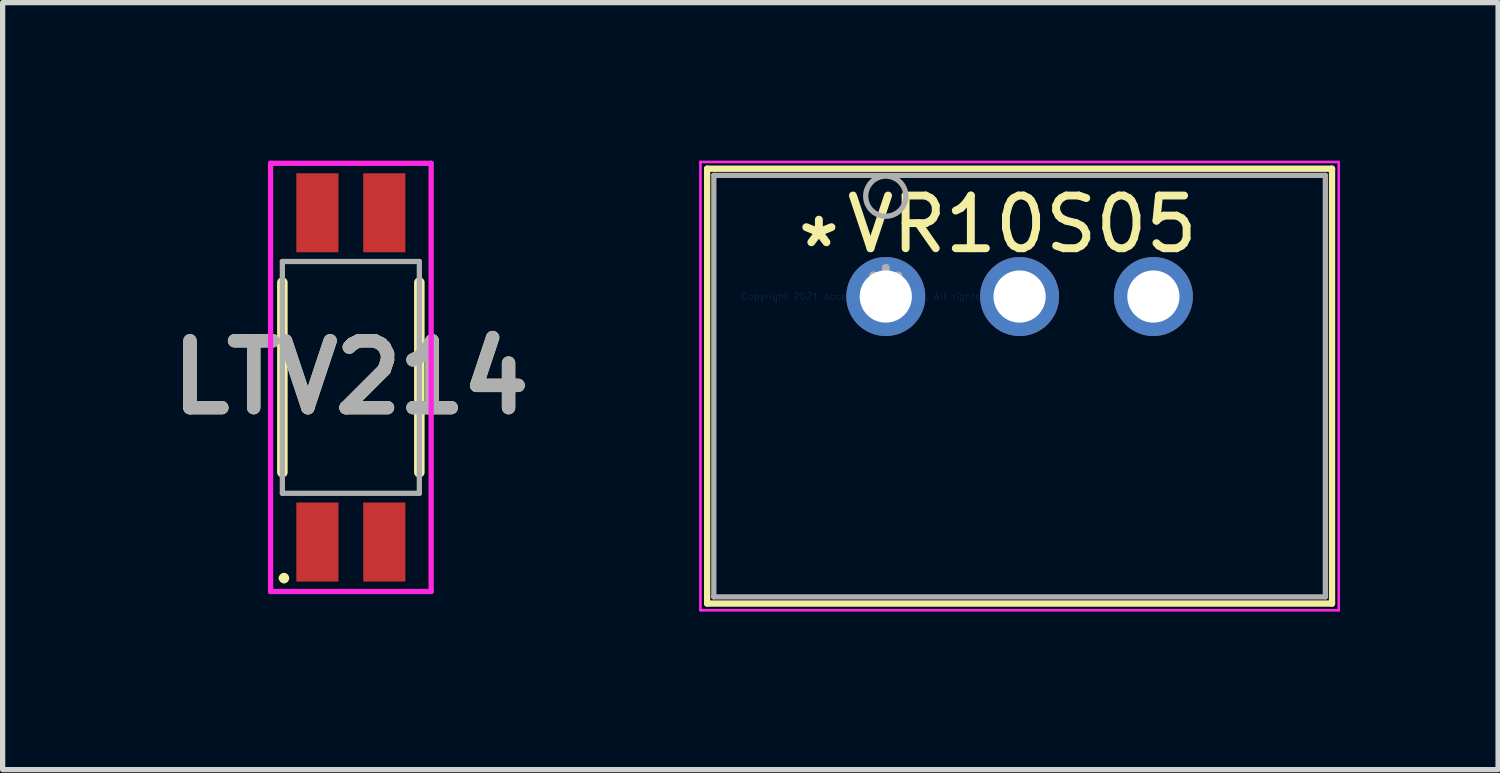
<source format=kicad_pcb>
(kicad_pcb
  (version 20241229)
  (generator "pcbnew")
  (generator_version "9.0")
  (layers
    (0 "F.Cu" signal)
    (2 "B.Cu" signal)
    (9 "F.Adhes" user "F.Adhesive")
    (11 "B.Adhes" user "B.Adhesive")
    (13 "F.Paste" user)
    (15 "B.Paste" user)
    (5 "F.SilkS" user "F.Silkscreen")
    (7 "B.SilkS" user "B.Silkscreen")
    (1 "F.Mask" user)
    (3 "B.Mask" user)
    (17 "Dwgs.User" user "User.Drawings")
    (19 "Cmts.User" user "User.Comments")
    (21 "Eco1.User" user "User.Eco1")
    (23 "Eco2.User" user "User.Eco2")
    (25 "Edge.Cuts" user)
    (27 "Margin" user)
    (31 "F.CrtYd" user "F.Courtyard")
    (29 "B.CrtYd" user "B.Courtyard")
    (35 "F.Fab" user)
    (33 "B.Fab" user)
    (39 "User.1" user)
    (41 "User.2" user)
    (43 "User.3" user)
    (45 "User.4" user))
  (footprint "VR10S05"
    (layer "F.Cu")
    (at 13.764 2.579)
    (property "Reference" "VR10S05" (at 2.591 -1.372 0) (layer "F.SilkS") (effects (font (size 1 1) (thickness 0.15))))
    (attr through_hole)
    (fp_line (start -3.391 -2.427) (end -3.391 5.828) (stroke (width 0.12) (type solid)) (layer "F.SilkS"))
    (fp_line (start -3.391 5.828) (end 8.471 5.828) (stroke (width 0.12) (type solid)) (layer "F.SilkS"))
    (fp_line (start 8.471 -2.427) (end -3.391 -2.427) (stroke (width 0.12) (type solid)) (layer "F.SilkS"))
    (fp_line (start 8.471 5.828) (end 8.471 -2.427) (stroke (width 0.12) (type solid)) (layer "F.SilkS"))
    (fp_line (start -3.518 -2.554) (end -3.518 5.955) (stroke (width 0.05) (type solid)) (layer "F.CrtYd"))
    (fp_line (start -3.518 5.955) (end 8.598 5.955) (stroke (width 0.05) (type solid)) (layer "F.CrtYd"))
    (fp_line (start 8.598 -2.554) (end -3.518 -2.554) (stroke (width 0.05) (type solid)) (layer "F.CrtYd"))
    (fp_line (start 8.598 5.955) (end 8.598 -2.554) (stroke (width 0.05) (type solid)) (layer "F.CrtYd"))
    (fp_line (start -3.264 -2.3) (end -3.264 5.701) (stroke (width 0.1) (type solid)) (layer "F.Fab"))
    (fp_line (start -3.264 5.701) (end 8.344 5.701) (stroke (width 0.1) (type solid)) (layer "F.Fab"))
    (fp_line (start 8.344 -2.3) (end -3.264 -2.3) (stroke (width 0.1) (type solid)) (layer "F.Fab"))
    (fp_line (start 8.344 5.701) (end 8.344 -2.3) (stroke (width 0.1) (type solid)) (layer "F.Fab"))
    (fp_circle (center 0 -1.905) (end 0.381 -1.905) (stroke (width 0.1) (type solid)) (fill no) (layer "F.Fab"))
    (fp_text user "*" (at -1.27 -0.914 0) (layer "F.SilkS") (effects (font (size 1 1) (thickness 0.15))))
    (fp_text user "Copyright 2021 Accelerated Designs. All rights reserved." (at 0 0 0) (layer "Cmts.User") (effects (font (size 0.127 0.127) (thickness 0.002))))
    (fp_text user "*" (at 0 0 0) (layer "F.Fab") (effects (font (size 1 1) (thickness 0.15))))
    (pad "1" thru_hole circle (at 0 0) (size 1.499 1.499) (drill 0.991) (layers "*.Cu" "*.Mask"))
    (pad "2" thru_hole circle (at 2.54 0) (size 1.499 1.499) (drill 0.991) (layers "*.Cu" "*.Mask"))
    (pad "3" thru_hole circle (at 5.08 0) (size 1.499 1.499) (drill 0.991) (layers "*.Cu" "*.Mask")))
  (footprint "LTV214"
    (layer "F.Cu")
    (at 3.61 4.114)
    (property "Reference" "LTV214" (at 0 0 0) (layer "F.SilkS") (effects (font (size 1.27 1.27) (thickness 0.254))))
    (attr smd)
    (fp_line (start -1.321 3.81) (end -1.321 3.81) (stroke (width 0.1) (type solid)) (layer "F.SilkS"))
    (fp_line (start -1.3 -1.8) (end -1.3 1.8) (stroke (width 0.2) (type solid)) (layer "F.SilkS"))
    (fp_line (start -1.269 3.81) (end -1.269 3.81) (stroke (width 0.1) (type solid)) (layer "F.SilkS"))
    (fp_line (start 1.3 -1.8) (end 1.3 1.8) (stroke (width 0.2) (type solid)) (layer "F.SilkS"))
    (fp_arc (start -1.2692 3.76) (mid -1.2192 3.81) (end -1.2692 3.86) (stroke (width 0.1) (type solid)) (layer "F.SilkS"))
    (fp_arc (start -1.2692 3.86) (mid -1.3192 3.81) (end -1.2692 3.76) (stroke (width 0.1) (type solid)) (layer "F.SilkS"))
    (fp_line (start -1.524 -4.064) (end 1.524 -4.064) (stroke (width 0.1) (type solid)) (layer "F.CrtYd"))
    (fp_line (start -1.524 4.064) (end -1.524 -4.064) (stroke (width 0.1) (type solid)) (layer "F.CrtYd"))
    (fp_line (start 1.524 -4.064) (end 1.524 4.064) (stroke (width 0.1) (type solid)) (layer "F.CrtYd"))
    (fp_line (start 1.524 4.064) (end -1.524 4.064) (stroke (width 0.1) (type solid)) (layer "F.CrtYd"))
    (fp_line (start -1.3 -2.2) (end 1.3 -2.2) (stroke (width 0.1) (type solid)) (layer "F.Fab"))
    (fp_line (start -1.3 2.2) (end -1.3 -2.2) (stroke (width 0.1) (type solid)) (layer "F.Fab"))
    (fp_line (start 1.3 -2.2) (end 1.3 2.2) (stroke (width 0.1) (type solid)) (layer "F.Fab"))
    (fp_line (start 1.3 2.2) (end -1.3 2.2) (stroke (width 0.1) (type solid)) (layer "F.Fab"))
    (fp_text user "${REFERENCE}" (at 0 0 0) (layer "F.Fab") (effects (font (size 1.27 1.27) (thickness 0.254))))
    (pad "1" smd rect (at -0.635 3.125) (size 0.8 1.5) (layers "F.Cu" "F.Mask" "F.Paste"))
    (pad "2" smd rect (at 0.635 3.125) (size 0.8 1.5) (layers "F.Cu" "F.Mask" "F.Paste"))
    (pad "3" smd rect (at 0.635 -3.125) (size 0.8 1.5) (layers "F.Cu" "F.Mask" "F.Paste"))
    (pad "4" smd rect (at -0.635 -3.125) (size 0.8 1.5) (layers "F.Cu" "F.Mask" "F.Paste")))
  (gr_rect
    (start -3 -3)
    (end 25.387 11.559)
    (stroke (width 0.1) (type default))
    (fill no)
    (layer "Edge.Cuts")))
</source>
